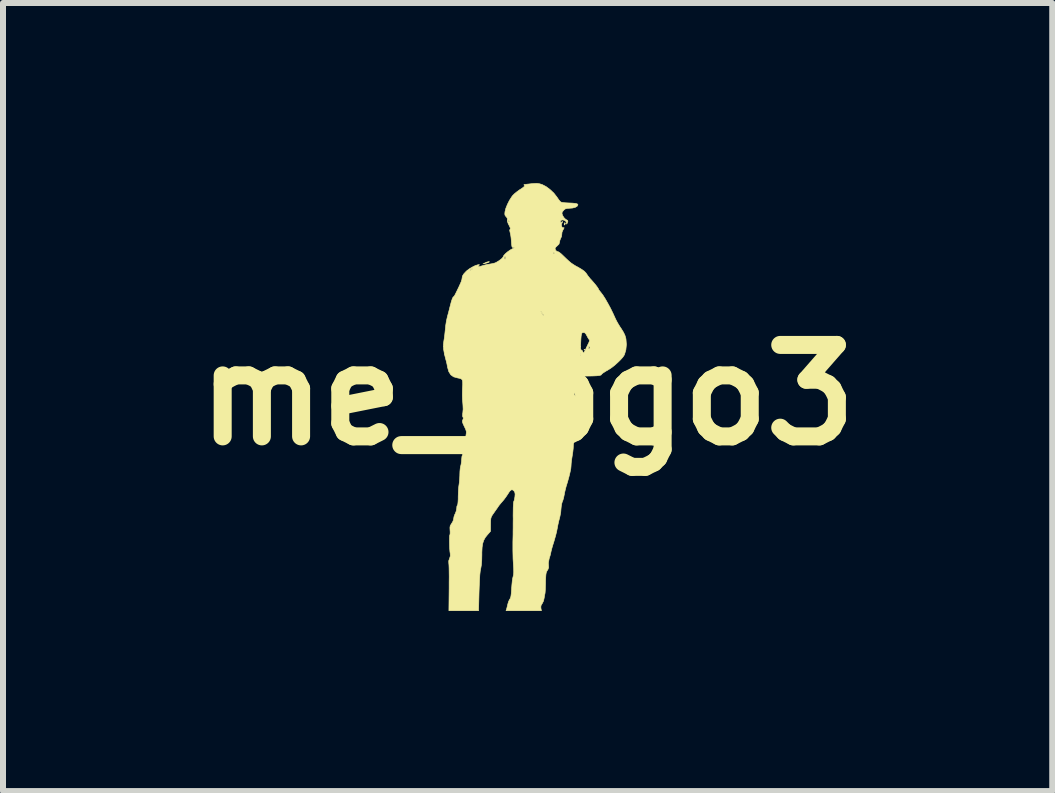
<source format=kicad_pcb>
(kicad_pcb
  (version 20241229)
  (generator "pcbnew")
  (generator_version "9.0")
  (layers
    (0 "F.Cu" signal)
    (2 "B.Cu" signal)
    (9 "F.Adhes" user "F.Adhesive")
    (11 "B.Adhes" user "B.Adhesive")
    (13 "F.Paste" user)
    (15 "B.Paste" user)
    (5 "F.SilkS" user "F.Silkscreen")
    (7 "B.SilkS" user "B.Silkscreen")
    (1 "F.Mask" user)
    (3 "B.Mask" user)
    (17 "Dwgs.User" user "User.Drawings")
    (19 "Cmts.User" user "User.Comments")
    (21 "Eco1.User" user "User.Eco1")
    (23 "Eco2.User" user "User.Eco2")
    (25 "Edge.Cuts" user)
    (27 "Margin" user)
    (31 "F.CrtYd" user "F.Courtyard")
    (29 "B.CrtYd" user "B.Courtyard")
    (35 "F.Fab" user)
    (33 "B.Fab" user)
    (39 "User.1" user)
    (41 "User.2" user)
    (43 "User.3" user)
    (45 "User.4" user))
  (footprint "me_logo3"
    (layer "F.Cu")
    (at 5.74 3.531)
    (property "Reference" "me_logo3" (at 0 0 0) (layer "F.SilkS") (effects (font (size 1.524 1.524) (thickness 0.3))))
    (attr through_hole)
    (fp_poly (pts (xy 0.953 -0.756) (xy 0.946 -0.749) (xy 0.94 -0.756) (xy 0.946 -0.762) (xy 0.953 -0.756)) (stroke (width 0.01) (type solid)) (fill yes) (layer "F.SilkS"))
    (fp_poly (pts (xy 0.629 -2.861) (xy 0.627 -2.851) (xy 0.618 -2.834) (xy 0.615 -2.832) (xy 0.61 -2.842) (xy 0.61 -2.851) (xy 0.616 -2.868) (xy 0.622 -2.87) (xy 0.629 -2.861)) (stroke (width 0.01) (type solid)) (fill yes) (layer "F.SilkS"))
    (fp_poly (pts (xy -0.639 -2.217) (xy -0.648 -2.211) (xy -0.674 -2.201) (xy -0.705 -2.193) (xy -0.743 -2.185) (xy -0.705 -2.203) (xy -0.677 -2.215) (xy -0.652 -2.221) (xy -0.638 -2.222) (xy -0.639 -2.217)) (stroke (width 0.01) (type solid)) (fill yes) (layer "F.SilkS"))
    (fp_poly (pts (xy 0.201 -3.519) (xy 0.243 -3.506) (xy 0.307 -3.473) (xy 0.374 -3.423) (xy 0.437 -3.364) (xy 0.487 -3.3) (xy 0.494 -3.29) (xy 0.519 -3.253) (xy 0.543 -3.225) (xy 0.556 -3.214) (xy 0.581 -3.208) (xy 0.622 -3.203) (xy 0.671 -3.2) (xy 0.674 -3.2) (xy 0.746 -3.197) (xy 0.796 -3.192) (xy 0.825 -3.185) (xy 0.837 -3.174) (xy 0.838 -3.169) (xy 0.826 -3.146) (xy 0.795 -3.127) (xy 0.748 -3.115) (xy 0.705 -3.112) (xy 0.659 -3.109) (xy 0.629 -3.101) (xy 0.605 -3.083) (xy 0.603 -3.08) (xy 0.581 -3.054) (xy 0.572 -3.033) (xy 0.572 -3.031) (xy 0.581 -2.995) (xy 0.604 -2.957) (xy 0.633 -2.928) (xy 0.641 -2.923) (xy 0.665 -2.91) (xy 0.671 -2.893) (xy 0.661 -2.865) (xy 0.66 -2.864) (xy 0.652 -2.847) (xy 0.649 -2.854) (xy 0.649 -2.867) (xy 0.639 -2.892) (xy 0.616 -2.909) (xy 0.588 -2.917) (xy 0.563 -2.914) (xy 0.548 -2.899) (xy 0.546 -2.89) (xy 0.553 -2.872) (xy 0.559 -2.87) (xy 0.571 -2.88) (xy 0.572 -2.885) (xy 0.576 -2.894) (xy 0.58 -2.892) (xy 0.58 -2.877) (xy 0.573 -2.865) (xy 0.564 -2.843) (xy 0.566 -2.816) (xy 0.575 -2.794) (xy 0.589 -2.786) (xy 0.592 -2.786) (xy 0.607 -2.789) (xy 0.606 -2.779) (xy 0.591 -2.752) (xy 0.588 -2.747) (xy 0.573 -2.711) (xy 0.57 -2.678) (xy 0.565 -2.64) (xy 0.553 -2.614) (xy 0.538 -2.578) (xy 0.533 -2.55) (xy 0.523 -2.514) (xy 0.495 -2.487) (xy 0.47 -2.464) (xy 0.458 -2.442) (xy 0.457 -2.439) (xy 0.468 -2.409) (xy 0.493 -2.39) (xy 0.507 -2.388) (xy 0.525 -2.379) (xy 0.554 -2.357) (xy 0.586 -2.327) (xy 0.642 -2.273) (xy 0.686 -2.232) (xy 0.724 -2.2) (xy 0.762 -2.174) (xy 0.806 -2.147) (xy 0.841 -2.129) (xy 0.903 -2.092) (xy 0.946 -2.061) (xy 0.974 -2.031) (xy 0.98 -2.022) (xy 1.006 -1.984) (xy 1.04 -1.941) (xy 1.056 -1.924) (xy 1.097 -1.878) (xy 1.133 -1.835) (xy 1.161 -1.798) (xy 1.178 -1.772) (xy 1.181 -1.764) (xy 1.189 -1.749) (xy 1.209 -1.723) (xy 1.222 -1.707) (xy 1.254 -1.665) (xy 1.293 -1.604) (xy 1.336 -1.529) (xy 1.381 -1.446) (xy 1.424 -1.358) (xy 1.463 -1.272) (xy 1.467 -1.264) (xy 1.484 -1.23) (xy 1.51 -1.184) (xy 1.542 -1.132) (xy 1.558 -1.109) (xy 1.596 -1.048) (xy 1.621 -0.997) (xy 1.635 -0.951) (xy 1.639 -0.931) (xy 1.646 -0.84) (xy 1.637 -0.751) (xy 1.614 -0.674) (xy 1.609 -0.664) (xy 1.587 -0.631) (xy 1.549 -0.588) (xy 1.502 -0.542) (xy 1.451 -0.496) (xy 1.401 -0.457) (xy 1.362 -0.431) (xy 1.296 -0.392) (xy 1.253 -0.364) (xy 1.234 -0.347) (xy 1.232 -0.343) (xy 1.223 -0.333) (xy 1.196 -0.325) (xy 1.147 -0.32) (xy 1.077 -0.317) (xy 1.001 -0.316) (xy 0.927 -0.315) (xy 0.875 -0.312) (xy 0.843 -0.305) (xy 0.827 -0.294) (xy 0.826 -0.277) (xy 0.835 -0.253) (xy 0.838 -0.248) (xy 0.847 -0.218) (xy 0.838 -0.191) (xy 0.826 -0.164) (xy 0.811 -0.123) (xy 0.798 -0.087) (xy 0.773 -0.011) (xy 0.818 0.038) (xy 0.858 0.095) (xy 0.872 0.149) (xy 0.862 0.202) (xy 0.852 0.22) (xy 0.831 0.277) (xy 0.827 0.35) (xy 0.838 0.424) (xy 0.843 0.465) (xy 0.833 0.501) (xy 0.825 0.519) (xy 0.806 0.574) (xy 0.8 0.632) (xy 0.796 0.681) (xy 0.787 0.728) (xy 0.781 0.745) (xy 0.769 0.787) (xy 0.762 0.837) (xy 0.762 0.849) (xy 0.76 0.89) (xy 0.754 0.945) (xy 0.745 1.004) (xy 0.743 1.016) (xy 0.734 1.074) (xy 0.727 1.13) (xy 0.724 1.174) (xy 0.724 1.181) (xy 0.72 1.225) (xy 0.707 1.289) (xy 0.688 1.367) (xy 0.663 1.456) (xy 0.642 1.524) (xy 0.63 1.57) (xy 0.617 1.625) (xy 0.611 1.659) (xy 0.601 1.708) (xy 0.589 1.752) (xy 0.579 1.775) (xy 0.569 1.808) (xy 0.561 1.854) (xy 0.557 1.893) (xy 0.552 1.953) (xy 0.54 2.017) (xy 0.532 2.051) (xy 0.518 2.105) (xy 0.504 2.168) (xy 0.494 2.223) (xy 0.483 2.278) (xy 0.466 2.346) (xy 0.446 2.415) (xy 0.437 2.447) (xy 0.418 2.506) (xy 0.402 2.562) (xy 0.391 2.606) (xy 0.387 2.625) (xy 0.377 2.669) (xy 0.362 2.718) (xy 0.359 2.727) (xy 0.346 2.798) (xy 0.348 2.833) (xy 0.35 2.874) (xy 0.339 2.907) (xy 0.329 2.922) (xy 0.318 2.941) (xy 0.31 2.963) (xy 0.305 2.993) (xy 0.302 3.036) (xy 0.299 3.098) (xy 0.299 3.128) (xy 0.297 3.192) (xy 0.295 3.248) (xy 0.292 3.29) (xy 0.289 3.313) (xy 0.288 3.315) (xy 0.283 3.339) (xy 0.277 3.376) (xy 0.275 3.387) (xy 0.265 3.431) (xy 0.246 3.47) (xy 0.242 3.476) (xy 0.222 3.511) (xy 0.221 3.55) (xy 0.222 3.552) (xy 0.23 3.594) (xy -0.359 3.594) (xy -0.35 3.566) (xy -0.342 3.535) (xy -0.332 3.494) (xy -0.329 3.481) (xy -0.317 3.441) (xy -0.301 3.408) (xy -0.296 3.401) (xy -0.286 3.384) (xy -0.278 3.354) (xy -0.272 3.309) (xy -0.267 3.244) (xy -0.266 3.222) (xy -0.261 3.158) (xy -0.255 3.098) (xy -0.248 3.051) (xy -0.241 3.024) (xy -0.234 2.994) (xy -0.231 2.952) (xy -0.232 2.893) (xy -0.235 2.847) (xy -0.242 2.732) (xy -0.245 2.597) (xy -0.245 2.447) (xy -0.242 2.324) (xy -0.242 2.278) (xy -0.241 2.214) (xy -0.241 2.138) (xy -0.24 2.057) (xy -0.241 2.008) (xy -0.24 1.935) (xy -0.239 1.87) (xy -0.236 1.819) (xy -0.233 1.785) (xy -0.23 1.773) (xy -0.222 1.753) (xy -0.215 1.717) (xy -0.211 1.694) (xy -0.208 1.651) (xy -0.213 1.622) (xy -0.226 1.6) (xy -0.25 1.58) (xy -0.274 1.581) (xy -0.3 1.605) (xy -0.327 1.647) (xy -0.357 1.692) (xy -0.393 1.741) (xy -0.413 1.765) (xy -0.445 1.802) (xy -0.473 1.836) (xy -0.486 1.854) (xy -0.504 1.881) (xy -0.531 1.919) (xy -0.561 1.962) (xy -0.561 1.962) (xy -0.587 1.999) (xy -0.603 2.027) (xy -0.612 2.055) (xy -0.616 2.09) (xy -0.617 2.14) (xy -0.617 2.155) (xy -0.618 2.271) (xy -0.67 2.33) (xy -0.706 2.375) (xy -0.731 2.422) (xy -0.748 2.474) (xy -0.758 2.539) (xy -0.762 2.62) (xy -0.762 2.662) (xy -0.764 2.753) (xy -0.77 2.83) (xy -0.78 2.889) (xy -0.781 2.891) (xy -0.789 2.934) (xy -0.796 2.998) (xy -0.801 3.085) (xy -0.806 3.196) (xy -0.809 3.279) (xy -0.817 3.594) (xy -1.311 3.594) (xy -1.307 3.216) (xy -1.307 3.119) (xy -1.306 3.029) (xy -1.307 2.95) (xy -1.308 2.884) (xy -1.31 2.836) (xy -1.312 2.808) (xy -1.313 2.805) (xy -1.314 2.762) (xy -1.302 2.73) (xy -1.287 2.681) (xy -1.289 2.643) (xy -1.294 2.609) (xy -1.298 2.561) (xy -1.3 2.506) (xy -1.301 2.45) (xy -1.301 2.399) (xy -1.3 2.358) (xy -1.297 2.334) (xy -1.295 2.33) (xy -1.291 2.315) (xy -1.29 2.283) (xy -1.292 2.254) (xy -1.294 2.21) (xy -1.289 2.18) (xy -1.273 2.152) (xy -1.265 2.14) (xy -1.244 2.104) (xy -1.232 2.069) (xy -1.232 2.061) (xy -1.226 2.027) (xy -1.211 1.986) (xy -1.206 1.978) (xy -1.19 1.936) (xy -1.181 1.894) (xy -1.181 1.887) (xy -1.178 1.855) (xy -1.17 1.836) (xy -1.168 1.835) (xy -1.163 1.82) (xy -1.159 1.784) (xy -1.156 1.734) (xy -1.156 1.696) (xy -1.154 1.633) (xy -1.151 1.571) (xy -1.146 1.519) (xy -1.143 1.5) (xy -1.137 1.456) (xy -1.132 1.397) (xy -1.129 1.336) (xy -1.129 1.324) (xy -1.127 1.269) (xy -1.122 1.221) (xy -1.116 1.188) (xy -1.114 1.181) (xy -1.107 1.151) (xy -1.101 1.107) (xy -1.099 1.076) (xy -1.094 1.024) (xy -1.081 0.988) (xy -1.071 0.975) (xy -1.052 0.942) (xy -1.036 0.894) (xy -1.026 0.841) (xy -1.022 0.792) (xy -1.027 0.759) (xy -1.033 0.719) (xy -1.026 0.668) (xy -1.021 0.634) (xy -1.021 0.607) (xy -1.03 0.576) (xy -1.049 0.535) (xy -1.054 0.525) (xy -1.075 0.48) (xy -1.085 0.451) (xy -1.086 0.431) (xy -1.079 0.412) (xy -1.078 0.411) (xy -1.069 0.384) (xy -1.076 0.371) (xy -1.083 0.353) (xy -1.082 0.314) (xy -1.079 0.294) (xy -1.074 0.236) (xy -1.077 0.167) (xy -1.08 0.129) (xy -1.085 0.073) (xy -1.087 0.003) (xy -1.086 -0.07) (xy -1.085 -0.108) (xy -1.081 -0.175) (xy -1.082 -0.221) (xy -1.088 -0.25) (xy -1.103 -0.267) (xy -1.128 -0.277) (xy -1.165 -0.284) (xy -1.168 -0.285) (xy -1.233 -0.303) (xy -1.28 -0.337) (xy -1.313 -0.39) (xy -1.334 -0.463) (xy -1.335 -0.47) (xy -1.344 -0.519) (xy -1.356 -0.569) (xy -1.359 -0.578) (xy -1.385 -0.679) (xy 0.879 -0.679) (xy 0.88 -0.658) (xy 0.884 -0.656) (xy 0.885 -0.657) (xy 0.887 -0.682) (xy 0.885 -0.695) (xy 0.881 -0.7) (xy 0.879 -0.683) (xy 0.879 -0.679) (xy -1.385 -0.679) (xy -1.385 -0.68) (xy -1.4 -0.765) (xy -1.402 -0.81) (xy 0.883 -0.81) (xy 0.884 -0.774) (xy 0.888 -0.755) (xy 0.896 -0.749) (xy 0.897 -0.749) (xy 0.912 -0.738) (xy 0.922 -0.716) (xy 0.927 -0.701) (xy 0.934 -0.7) (xy 0.945 -0.717) (xy 0.962 -0.752) (xy 0.968 -0.764) (xy 0.979 -0.787) (xy 1.016 -0.787) (xy 1.019 -0.767) (xy 1.028 -0.769) (xy 1.031 -0.772) (xy 1.04 -0.789) (xy 1.031 -0.803) (xy 1.02 -0.809) (xy 1.016 -0.794) (xy 1.016 -0.787) (xy 0.979 -0.787) (xy 0.99 -0.811) (xy 1.01 -0.853) (xy 1.023 -0.879) (xy 1.032 -0.908) (xy 1.028 -0.921) (xy 1.015 -0.937) (xy 0.998 -0.967) (xy 0.989 -0.985) (xy 0.968 -1.022) (xy 0.949 -1.038) (xy 0.932 -1.041) (xy 0.917 -1.04) (xy 0.905 -1.032) (xy 0.898 -1.013) (xy 0.892 -0.981) (xy 0.888 -0.931) (xy 0.885 -0.867) (xy 0.883 -0.81) (xy -1.402 -0.81) (xy -1.403 -0.836) (xy -1.396 -0.895) (xy -1.388 -0.944) (xy -1.38 -1.007) (xy -1.373 -1.072) (xy -1.371 -1.092) (xy -1.364 -1.161) (xy -1.352 -1.236) (xy -1.337 -1.302) (xy -1.334 -1.314) (xy -1.318 -1.373) (xy -1.31 -1.403) (xy 0.214 -1.403) (xy 0.237 -1.362) (xy 0.255 -1.331) (xy 0.264 -1.322) (xy 0.266 -1.33) (xy 0.259 -1.346) (xy 0.241 -1.37) (xy 0.24 -1.372) (xy 0.214 -1.403) (xy -1.31 -1.403) (xy -1.302 -1.434) (xy -1.29 -1.483) (xy -1.289 -1.486) (xy -1.272 -1.551) (xy -1.256 -1.6) (xy -1.242 -1.63) (xy -1.233 -1.638) (xy -1.226 -1.643) (xy -1.215 -1.659) (xy -1.199 -1.69) (xy -1.176 -1.737) (xy -1.144 -1.803) (xy -1.126 -1.843) (xy -1.107 -1.886) (xy -1.095 -1.924) (xy -1.092 -1.944) (xy -1.085 -1.982) (xy -1.062 -2.019) (xy -1.021 -2.063) (xy -1.01 -2.072) (xy -1.007 -2.074) (xy -0.964 -2.074) (xy -0.959 -2.074) (xy -0.942 -2.082) (xy -0.923 -2.096) (xy -0.92 -2.105) (xy -0.933 -2.103) (xy -0.95 -2.09) (xy -0.964 -2.074) (xy -1.007 -2.074) (xy -0.969 -2.103) (xy -0.92 -2.132) (xy -0.872 -2.156) (xy -0.831 -2.169) (xy -0.814 -2.172) (xy -0.801 -2.169) (xy -0.811 -2.161) (xy -0.812 -2.159) (xy -0.827 -2.146) (xy -0.821 -2.139) (xy -0.8 -2.14) (xy -0.768 -2.149) (xy -0.763 -2.151) (xy -0.719 -2.164) (xy -0.666 -2.176) (xy -0.638 -2.18) (xy -0.59 -2.188) (xy -0.546 -2.199) (xy -0.527 -2.207) (xy -0.486 -2.231) (xy -0.448 -2.258) (xy -0.42 -2.282) (xy -0.39 -2.282) (xy -0.388 -2.274) (xy -0.375 -2.261) (xy -0.369 -2.273) (xy -0.368 -2.289) (xy -0.371 -2.307) (xy -0.382 -2.303) (xy -0.382 -2.302) (xy -0.39 -2.282) (xy -0.42 -2.282) (xy -0.419 -2.283) (xy -0.407 -2.302) (xy -0.406 -2.304) (xy -0.396 -2.325) (xy -0.369 -2.355) (xy -0.36 -2.362) (xy 0.425 -2.362) (xy 0.426 -2.35) (xy 0.431 -2.349) (xy 0.444 -2.359) (xy 0.445 -2.362) (xy 0.44 -2.375) (xy 0.439 -2.375) (xy 0.428 -2.366) (xy 0.425 -2.362) (xy -0.36 -2.362) (xy -0.331 -2.387) (xy -0.288 -2.417) (xy -0.26 -2.432) (xy -0.227 -2.45) (xy -0.217 -2.459) (xy -0.229 -2.46) (xy -0.23 -2.46) (xy -0.246 -2.459) (xy -0.256 -2.463) (xy -0.262 -2.478) (xy -0.266 -2.509) (xy -0.27 -2.56) (xy -0.27 -2.564) (xy -0.275 -2.619) (xy -0.282 -2.669) (xy -0.29 -2.704) (xy -0.292 -2.71) (xy -0.299 -2.744) (xy -0.293 -2.76) (xy -0.288 -2.768) (xy -0.288 -2.781) (xy -0.297 -2.803) (xy -0.315 -2.84) (xy -0.323 -2.854) (xy -0.335 -2.889) (xy -0.336 -2.901) (xy -0.326 -2.901) (xy -0.324 -2.896) (xy -0.312 -2.883) (xy -0.31 -2.883) (xy -0.305 -2.893) (xy -0.305 -2.896) (xy -0.315 -2.908) (xy -0.318 -2.908) (xy -0.326 -2.901) (xy -0.336 -2.901) (xy -0.338 -2.917) (xy -0.337 -2.92) (xy -0.34 -2.949) (xy -0.357 -2.97) (xy -0.374 -2.99) (xy -0.38 -3.014) (xy -0.377 -3.052) (xy -0.376 -3.056) (xy -0.363 -3.109) (xy -0.337 -3.174) (xy -0.304 -3.24) (xy -0.266 -3.3) (xy -0.249 -3.323) (xy -0.22 -3.352) (xy -0.177 -3.387) (xy -0.13 -3.421) (xy -0.123 -3.425) (xy -0.078 -3.455) (xy -0.054 -3.475) (xy -0.048 -3.488) (xy -0.052 -3.494) (xy -0.062 -3.501) (xy -0.058 -3.506) (xy -0.035 -3.509) (xy -0.013 -3.512) (xy 0.017 -3.515) (xy 0.061 -3.52) (xy 0.097 -3.523) (xy 0.153 -3.526) (xy 0.201 -3.519)) (stroke (width 0.01) (type solid)) (fill yes) (layer "F.SilkS")))
  (gr_rect
    (start -3 -3)
    (end 14.481 10.13)
    (stroke (width 0.1) (type default))
    (fill no)
    (layer "Edge.Cuts")))
</source>
